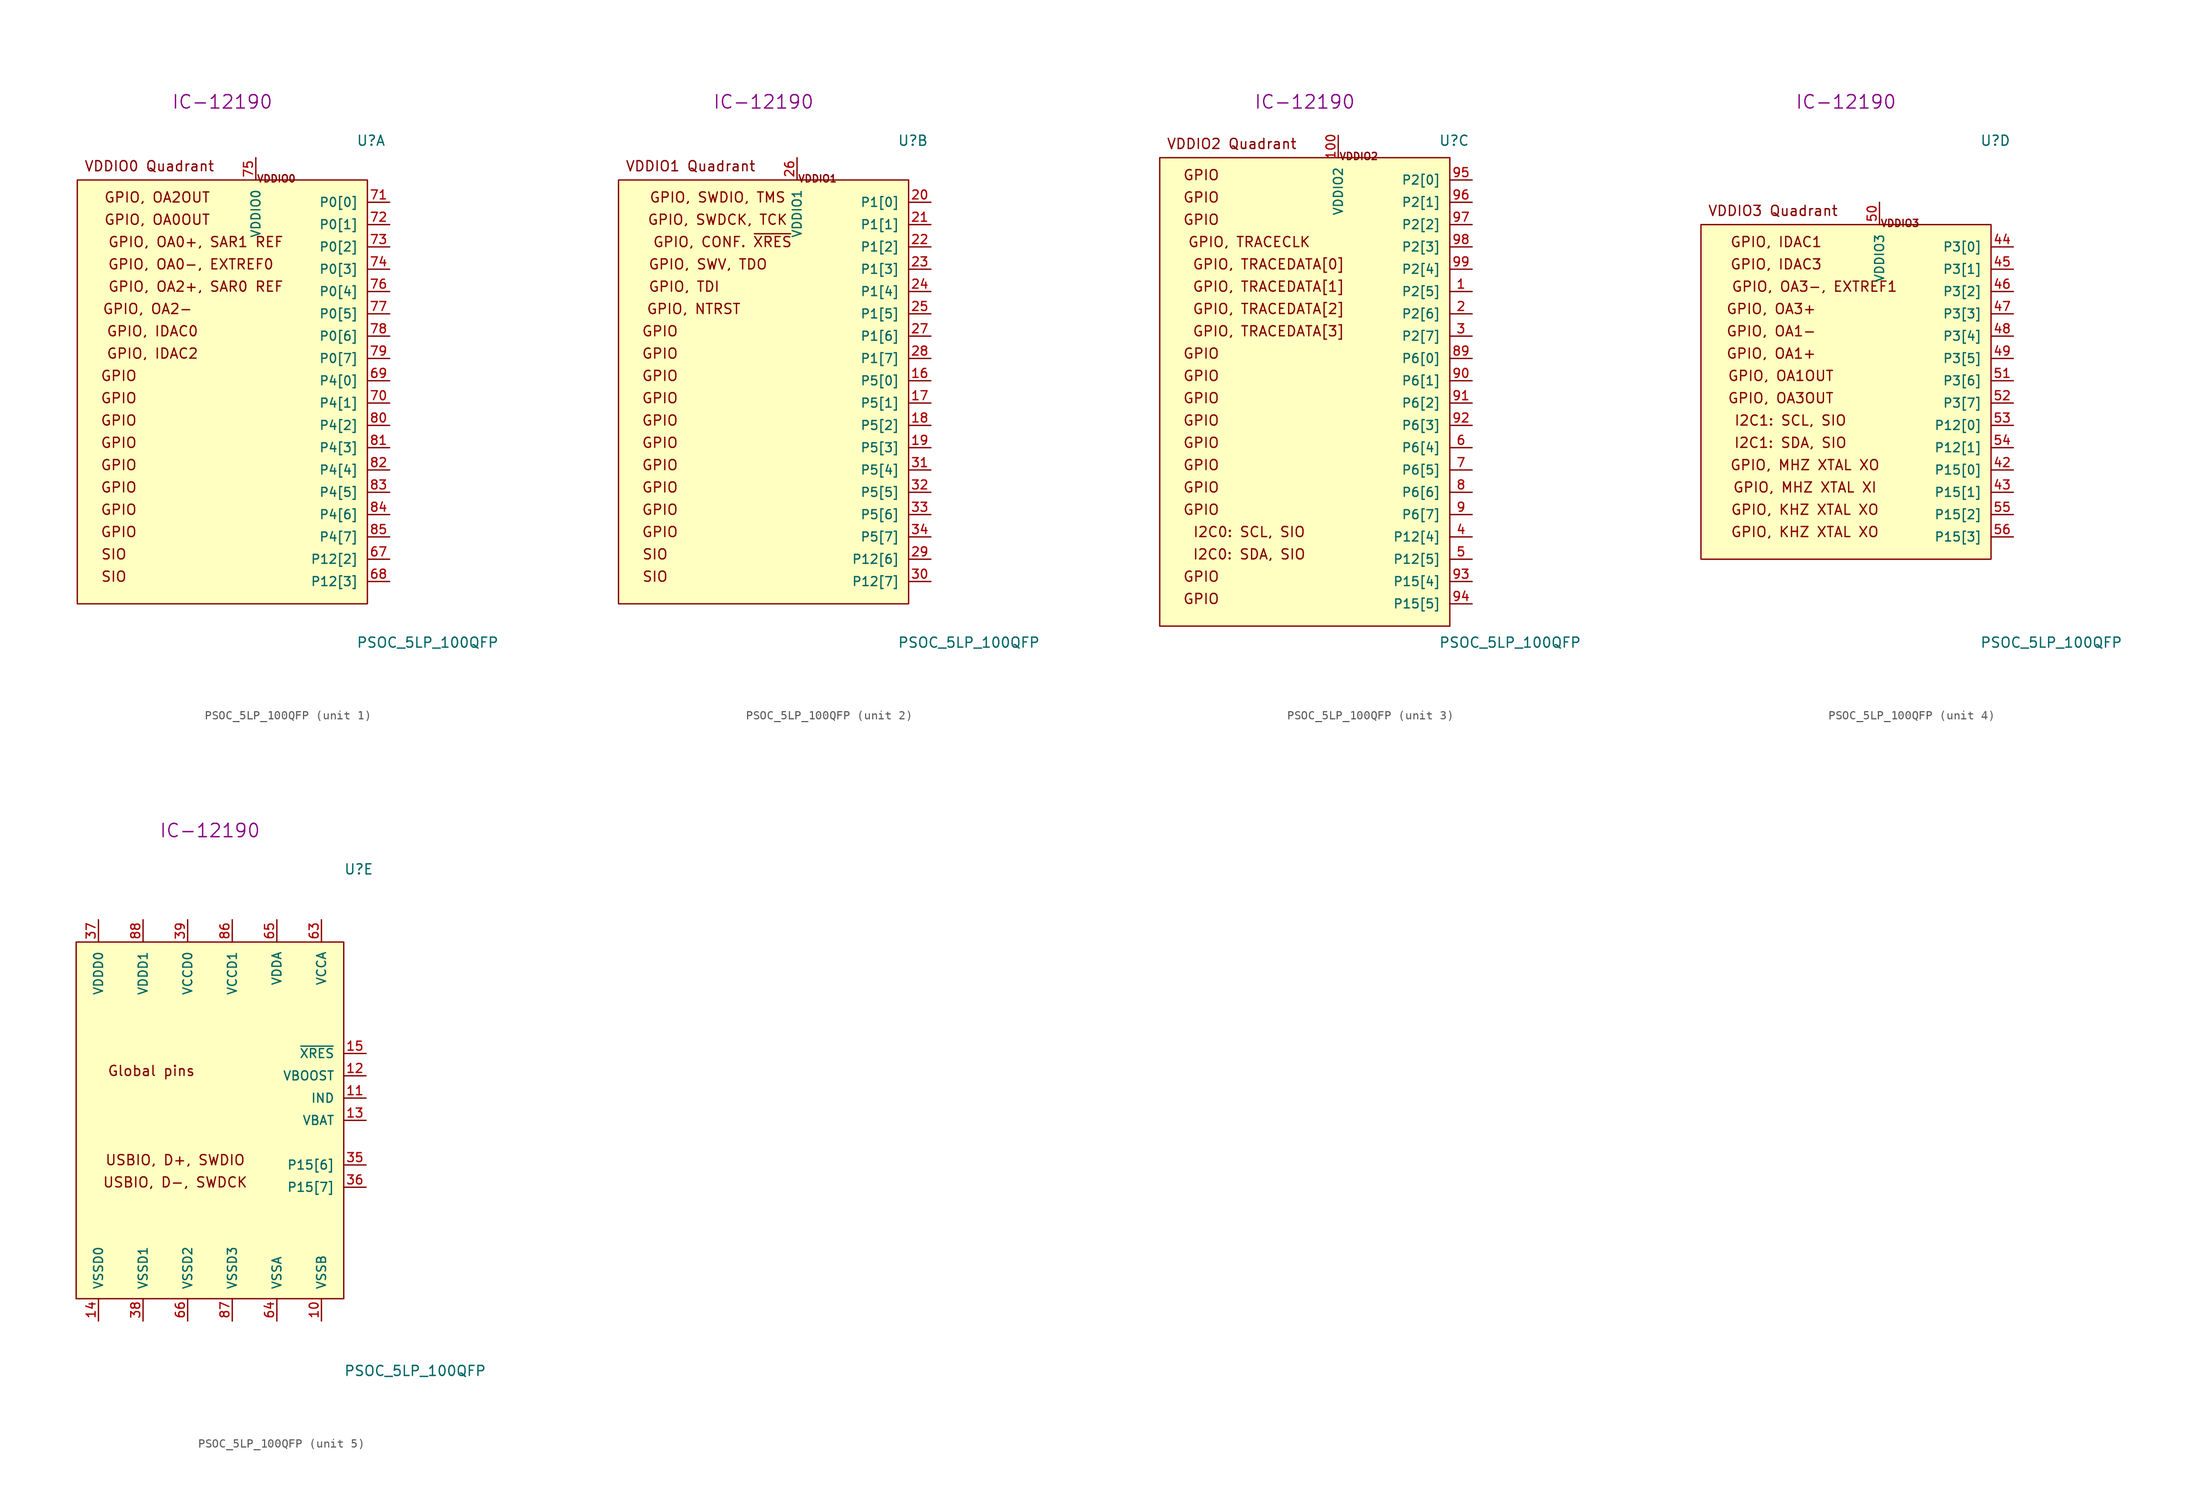
<source format=kicad_sym>
(kicad_symbol_lib
  (version 20220914)
  (generator kicad_symbol_editor)
  (symbol "PSOC_5LP_100QFP"
    (pin_names
      (offset 1.016))
    (property "Reference" "U"
      (at 15.24 27.94 0)
      (effects (font (size 1.143 1.143)) (justify left bottom)))
    (property "Value" "PSOC_5LP_100QFP"
      (at 15.24 -29.21 0)
      (effects (font (size 1.143 1.143)) (justify left bottom)))
    (property "Field4" "IC-12190"
      (at 0 33.02 0)
      (effects (font (size 1.524 1.524))))
    (property "ki_locked" ""
      (at 0 0 0)
      (effects (font (size 1.27 1.27))))
    (symbol "PSOC_5LP_100QFP_1_0"
      (text "GPIO" (at -11.786 -15.951 0) (effects (font (size 1.143 1.143))))
      (text "GPIO" (at -11.786 -13.411 0) (effects (font (size 1.143 1.143))))
      (text "GPIO" (at -11.786 -10.871 0) (effects (font (size 1.143 1.143))))
      (text "GPIO" (at -11.786 -8.331 0) (effects (font (size 1.143 1.143))))
      (text "GPIO" (at -11.786 -5.791 0) (effects (font (size 1.143 1.143))))
      (text "GPIO" (at -11.786 -3.251 0) (effects (font (size 1.143 1.143))))
      (text "GPIO" (at -11.786 -0.711 0) (effects (font (size 1.143 1.143))))
      (text "GPIO" (at -11.786 1.829 0) (effects (font (size 1.143 1.143))))
      (text "GPIO, IDAC0" (at -7.95 6.909 0) (effects (font (size 1.143 1.143))))
      (text "GPIO, IDAC2" (at -7.95 4.369 0) (effects (font (size 1.143 1.143))))
      (text "GPIO, OA0+, SAR1 REF" (at -3.023 17.069 0) (effects (font (size 1.143 1.143))))
      (text "GPIO, OA0-, EXTREF0" (at -3.581 14.529 0) (effects (font (size 1.143 1.143))))
      (text "GPIO, OA0OUT" (at -7.417 19.609 0) (effects (font (size 1.143 1.143))))
      (text "GPIO, OA2+, SAR0 REF" (at -3.023 11.989 0) (effects (font (size 1.143 1.143))))
      (text "GPIO, OA2-" (at -8.509 9.449 0) (effects (font (size 1.143 1.143))))
      (text "GPIO, OA2OUT" (at -7.417 22.149 0) (effects (font (size 1.143 1.143))))
      (text "SIO" (at -12.344 -21.031 0) (effects (font (size 1.143 1.143))))
      (text "SIO" (at -12.344 -18.491 0) (effects (font (size 1.143 1.143))))
      (text "VDDIO0" (at 6.147 24.282 0) (effects (font (size 0.813 0.813))))
      (text "VDDIO0 Quadrant" (at -8.306 25.705 0) (effects (font (size 1.143 1.143)))))
    (symbol "PSOC_5LP_100QFP_1_1"
      (polyline (pts (xy -16.51 -24.13) (xy -16.51 24.13) (xy 16.51 24.13) (xy 16.51 -24.13) (xy -16.51 -24.13)) (stroke (width 0) (type solid)) (fill (type background)))
      (pin bidirectional line (at 19.05 -19.05 180) (length 2.54) (name "P12[2]" (effects (font (size 1.016 1.016)))) (number "67" (effects (font (size 1.016 1.016)))))
      (pin bidirectional line (at 19.05 -21.59 180) (length 2.54) (name "P12[3]" (effects (font (size 1.016 1.016)))) (number "68" (effects (font (size 1.016 1.016)))))
      (pin bidirectional line (at 19.05 1.27 180) (length 2.54) (name "P4[0]" (effects (font (size 1.016 1.016)))) (number "69" (effects (font (size 1.016 1.016)))))
      (pin bidirectional line (at 19.05 -1.27 180) (length 2.54) (name "P4[1]" (effects (font (size 1.016 1.016)))) (number "70" (effects (font (size 1.016 1.016)))))
      (pin bidirectional line (at 19.05 21.59 180) (length 2.54) (name "P0[0]" (effects (font (size 1.016 1.016)))) (number "71" (effects (font (size 1.016 1.016)))))
      (pin bidirectional line (at 19.05 19.05 180) (length 2.54) (name "P0[1]" (effects (font (size 1.016 1.016)))) (number "72" (effects (font (size 1.016 1.016)))))
      (pin bidirectional line (at 19.05 16.51 180) (length 2.54) (name "P0[2]" (effects (font (size 1.016 1.016)))) (number "73" (effects (font (size 1.016 1.016)))))
      (pin bidirectional line (at 19.05 13.97 180) (length 2.54) (name "P0[3]" (effects (font (size 1.016 1.016)))) (number "74" (effects (font (size 1.016 1.016)))))
      (pin bidirectional line (at 3.81 26.67 270) (length 2.54) (name "VDDIO0" (effects (font (size 1.016 1.016)))) (number "75" (effects (font (size 1.016 1.016)))))
      (pin bidirectional line (at 19.05 11.43 180) (length 2.54) (name "P0[4]" (effects (font (size 1.016 1.016)))) (number "76" (effects (font (size 1.016 1.016)))))
      (pin bidirectional line (at 19.05 8.89 180) (length 2.54) (name "P0[5]" (effects (font (size 1.016 1.016)))) (number "77" (effects (font (size 1.016 1.016)))))
      (pin bidirectional line (at 19.05 6.35 180) (length 2.54) (name "P0[6]" (effects (font (size 1.016 1.016)))) (number "78" (effects (font (size 1.016 1.016)))))
      (pin bidirectional line (at 19.05 3.81 180) (length 2.54) (name "P0[7]" (effects (font (size 1.016 1.016)))) (number "79" (effects (font (size 1.016 1.016)))))
      (pin bidirectional line (at 19.05 -3.81 180) (length 2.54) (name "P4[2]" (effects (font (size 1.016 1.016)))) (number "80" (effects (font (size 1.016 1.016)))))
      (pin bidirectional line (at 19.05 -6.35 180) (length 2.54) (name "P4[3]" (effects (font (size 1.016 1.016)))) (number "81" (effects (font (size 1.016 1.016)))))
      (pin bidirectional line (at 19.05 -8.89 180) (length 2.54) (name "P4[4]" (effects (font (size 1.016 1.016)))) (number "82" (effects (font (size 1.016 1.016)))))
      (pin bidirectional line (at 19.05 -11.43 180) (length 2.54) (name "P4[5]" (effects (font (size 1.016 1.016)))) (number "83" (effects (font (size 1.016 1.016)))))
      (pin bidirectional line (at 19.05 -13.97 180) (length 2.54) (name "P4[6]" (effects (font (size 1.016 1.016)))) (number "84" (effects (font (size 1.016 1.016)))))
      (pin bidirectional line (at 19.05 -16.51 180) (length 2.54) (name "P4[7]" (effects (font (size 1.016 1.016)))) (number "85" (effects (font (size 1.016 1.016))))))
    (symbol "PSOC_5LP_100QFP_2_0"
      (text "GPIO" (at -11.786 -15.951 0) (effects (font (size 1.143 1.143))))
      (text "GPIO" (at -11.786 -13.411 0) (effects (font (size 1.143 1.143))))
      (text "GPIO" (at -11.786 -10.871 0) (effects (font (size 1.143 1.143))))
      (text "GPIO" (at -11.786 -8.331 0) (effects (font (size 1.143 1.143))))
      (text "GPIO" (at -11.786 -5.791 0) (effects (font (size 1.143 1.143))))
      (text "GPIO" (at -11.786 -3.251 0) (effects (font (size 1.143 1.143))))
      (text "GPIO" (at -11.786 -0.711 0) (effects (font (size 1.143 1.143))))
      (text "GPIO" (at -11.786 1.829 0) (effects (font (size 1.143 1.143))))
      (text "GPIO" (at -11.786 4.369 0) (effects (font (size 1.143 1.143))))
      (text "GPIO" (at -11.786 6.909 0) (effects (font (size 1.143 1.143))))
      (text "GPIO, CONF. ~{XRES}" (at -4.674 17.069 0) (effects (font (size 1.143 1.143))))
      (text "GPIO, NTRST" (at -7.95 9.449 0) (effects (font (size 1.143 1.143))))
      (text "GPIO, SWDCK, TCK" (at -5.232 19.609 0) (effects (font (size 1.143 1.143))))
      (text "GPIO, SWDIO, TMS" (at -5.232 22.149 0) (effects (font (size 1.143 1.143))))
      (text "GPIO, SWV, TDO" (at -6.325 14.529 0) (effects (font (size 1.143 1.143))))
      (text "GPIO, TDI" (at -9.042 11.989 0) (effects (font (size 1.143 1.143))))
      (text "SIO" (at -12.344 -21.031 0) (effects (font (size 1.143 1.143))))
      (text "SIO" (at -12.344 -18.491 0) (effects (font (size 1.143 1.143))))
      (text "VDDIO1" (at 6.147 24.282 0) (effects (font (size 0.813 0.813))))
      (text "VDDIO1 Quadrant" (at -8.306 25.705 0) (effects (font (size 1.143 1.143)))))
    (symbol "PSOC_5LP_100QFP_2_1"
      (polyline (pts (xy -16.51 -24.13) (xy -16.51 24.13) (xy 16.51 24.13) (xy 16.51 -24.13) (xy -16.51 -24.13)) (stroke (width 0) (type solid)) (fill (type background)))
      (pin bidirectional line (at 19.05 1.27 180) (length 2.54) (name "P5[0]" (effects (font (size 1.016 1.016)))) (number "16" (effects (font (size 1.016 1.016)))))
      (pin bidirectional line (at 19.05 -1.27 180) (length 2.54) (name "P5[1]" (effects (font (size 1.016 1.016)))) (number "17" (effects (font (size 1.016 1.016)))))
      (pin bidirectional line (at 19.05 -3.81 180) (length 2.54) (name "P5[2]" (effects (font (size 1.016 1.016)))) (number "18" (effects (font (size 1.016 1.016)))))
      (pin bidirectional line (at 19.05 -6.35 180) (length 2.54) (name "P5[3]" (effects (font (size 1.016 1.016)))) (number "19" (effects (font (size 1.016 1.016)))))
      (pin bidirectional line (at 19.05 21.59 180) (length 2.54) (name "P1[0]" (effects (font (size 1.016 1.016)))) (number "20" (effects (font (size 1.016 1.016)))))
      (pin bidirectional line (at 19.05 19.05 180) (length 2.54) (name "P1[1]" (effects (font (size 1.016 1.016)))) (number "21" (effects (font (size 1.016 1.016)))))
      (pin bidirectional line (at 19.05 16.51 180) (length 2.54) (name "P1[2]" (effects (font (size 1.016 1.016)))) (number "22" (effects (font (size 1.016 1.016)))))
      (pin bidirectional line (at 19.05 13.97 180) (length 2.54) (name "P1[3]" (effects (font (size 1.016 1.016)))) (number "23" (effects (font (size 1.016 1.016)))))
      (pin bidirectional line (at 19.05 11.43 180) (length 2.54) (name "P1[4]" (effects (font (size 1.016 1.016)))) (number "24" (effects (font (size 1.016 1.016)))))
      (pin bidirectional line (at 19.05 8.89 180) (length 2.54) (name "P1[5]" (effects (font (size 1.016 1.016)))) (number "25" (effects (font (size 1.016 1.016)))))
      (pin bidirectional line (at 3.81 26.67 270) (length 2.54) (name "VDDIO1" (effects (font (size 1.016 1.016)))) (number "26" (effects (font (size 1.016 1.016)))))
      (pin bidirectional line (at 19.05 6.35 180) (length 2.54) (name "P1[6]" (effects (font (size 1.016 1.016)))) (number "27" (effects (font (size 1.016 1.016)))))
      (pin bidirectional line (at 19.05 3.81 180) (length 2.54) (name "P1[7]" (effects (font (size 1.016 1.016)))) (number "28" (effects (font (size 1.016 1.016)))))
      (pin bidirectional line (at 19.05 -19.05 180) (length 2.54) (name "P12[6]" (effects (font (size 1.016 1.016)))) (number "29" (effects (font (size 1.016 1.016)))))
      (pin bidirectional line (at 19.05 -21.59 180) (length 2.54) (name "P12[7]" (effects (font (size 1.016 1.016)))) (number "30" (effects (font (size 1.016 1.016)))))
      (pin bidirectional line (at 19.05 -8.89 180) (length 2.54) (name "P5[4]" (effects (font (size 1.016 1.016)))) (number "31" (effects (font (size 1.016 1.016)))))
      (pin bidirectional line (at 19.05 -11.43 180) (length 2.54) (name "P5[5]" (effects (font (size 1.016 1.016)))) (number "32" (effects (font (size 1.016 1.016)))))
      (pin bidirectional line (at 19.05 -13.97 180) (length 2.54) (name "P5[6]" (effects (font (size 1.016 1.016)))) (number "33" (effects (font (size 1.016 1.016)))))
      (pin bidirectional line (at 19.05 -16.51 180) (length 2.54) (name "P5[7]" (effects (font (size 1.016 1.016)))) (number "34" (effects (font (size 1.016 1.016))))))
    (symbol "PSOC_5LP_100QFP_3_0"
      (text "GPIO" (at -11.786 -23.571 0) (effects (font (size 1.143 1.143))))
      (text "GPIO" (at -11.786 -21.031 0) (effects (font (size 1.143 1.143))))
      (text "GPIO" (at -11.786 -13.411 0) (effects (font (size 1.143 1.143))))
      (text "GPIO" (at -11.786 -10.871 0) (effects (font (size 1.143 1.143))))
      (text "GPIO" (at -11.786 -8.331 0) (effects (font (size 1.143 1.143))))
      (text "GPIO" (at -11.786 -5.791 0) (effects (font (size 1.143 1.143))))
      (text "GPIO" (at -11.786 -3.251 0) (effects (font (size 1.143 1.143))))
      (text "GPIO" (at -11.786 -0.711 0) (effects (font (size 1.143 1.143))))
      (text "GPIO" (at -11.786 1.829 0) (effects (font (size 1.143 1.143))))
      (text "GPIO" (at -11.786 4.369 0) (effects (font (size 1.143 1.143))))
      (text "GPIO" (at -11.786 19.609 0) (effects (font (size 1.143 1.143))))
      (text "GPIO" (at -11.786 22.149 0) (effects (font (size 1.143 1.143))))
      (text "GPIO" (at -11.786 24.689 0) (effects (font (size 1.143 1.143))))
      (text "GPIO, TRACECLK" (at -6.325 17.069 0) (effects (font (size 1.143 1.143))))
      (text "GPIO, TRACEDATA[0]" (at -4.115 14.529 0) (effects (font (size 1.143 1.143))))
      (text "GPIO, TRACEDATA[1]" (at -4.115 11.989 0) (effects (font (size 1.143 1.143))))
      (text "GPIO, TRACEDATA[2]" (at -4.115 9.449 0) (effects (font (size 1.143 1.143))))
      (text "GPIO, TRACEDATA[3]" (at -4.115 6.909 0) (effects (font (size 1.143 1.143))))
      (text "I2C0: SCL, SIO" (at -6.325 -15.951 0) (effects (font (size 1.143 1.143))))
      (text "I2C0: SDA, SIO" (at -6.325 -18.491 0) (effects (font (size 1.143 1.143))))
      (text "VDDIO2" (at 6.147 26.822 0) (effects (font (size 0.813 0.813))))
      (text "VDDIO2 Quadrant" (at -8.306 28.245 0) (effects (font (size 1.143 1.143)))))
    (symbol "PSOC_5LP_100QFP_3_1"
      (polyline (pts (xy -16.51 -26.67) (xy -16.51 26.67) (xy 16.51 26.67) (xy 16.51 -26.67) (xy -16.51 -26.67)) (stroke (width 0) (type solid)) (fill (type background)))
      (pin bidirectional line (at 19.05 11.43 180) (length 2.54) (name "P2[5]" (effects (font (size 1.016 1.016)))) (number "1" (effects (font (size 1.016 1.016)))))
      (pin bidirectional line (at 3.81 29.21 270) (length 2.54) (name "VDDIO2" (effects (font (size 1.016 1.016)))) (number "100" (effects (font (size 1.016 1.016)))))
      (pin bidirectional line (at 19.05 8.89 180) (length 2.54) (name "P2[6]" (effects (font (size 1.016 1.016)))) (number "2" (effects (font (size 1.016 1.016)))))
      (pin bidirectional line (at 19.05 6.35 180) (length 2.54) (name "P2[7]" (effects (font (size 1.016 1.016)))) (number "3" (effects (font (size 1.016 1.016)))))
      (pin bidirectional line (at 19.05 -16.51 180) (length 2.54) (name "P12[4]" (effects (font (size 1.016 1.016)))) (number "4" (effects (font (size 1.016 1.016)))))
      (pin bidirectional line (at 19.05 -19.05 180) (length 2.54) (name "P12[5]" (effects (font (size 1.016 1.016)))) (number "5" (effects (font (size 1.016 1.016)))))
      (pin bidirectional line (at 19.05 -6.35 180) (length 2.54) (name "P6[4]" (effects (font (size 1.016 1.016)))) (number "6" (effects (font (size 1.016 1.016)))))
      (pin bidirectional line (at 19.05 -8.89 180) (length 2.54) (name "P6[5]" (effects (font (size 1.016 1.016)))) (number "7" (effects (font (size 1.016 1.016)))))
      (pin bidirectional line (at 19.05 -11.43 180) (length 2.54) (name "P6[6]" (effects (font (size 1.016 1.016)))) (number "8" (effects (font (size 1.016 1.016)))))
      (pin bidirectional line (at 19.05 3.81 180) (length 2.54) (name "P6[0]" (effects (font (size 1.016 1.016)))) (number "89" (effects (font (size 1.016 1.016)))))
      (pin bidirectional line (at 19.05 -13.97 180) (length 2.54) (name "P6[7]" (effects (font (size 1.016 1.016)))) (number "9" (effects (font (size 1.016 1.016)))))
      (pin bidirectional line (at 19.05 1.27 180) (length 2.54) (name "P6[1]" (effects (font (size 1.016 1.016)))) (number "90" (effects (font (size 1.016 1.016)))))
      (pin bidirectional line (at 19.05 -1.27 180) (length 2.54) (name "P6[2]" (effects (font (size 1.016 1.016)))) (number "91" (effects (font (size 1.016 1.016)))))
      (pin bidirectional line (at 19.05 -3.81 180) (length 2.54) (name "P6[3]" (effects (font (size 1.016 1.016)))) (number "92" (effects (font (size 1.016 1.016)))))
      (pin bidirectional line (at 19.05 -21.59 180) (length 2.54) (name "P15[4]" (effects (font (size 1.016 1.016)))) (number "93" (effects (font (size 1.016 1.016)))))
      (pin bidirectional line (at 19.05 -24.13 180) (length 2.54) (name "P15[5]" (effects (font (size 1.016 1.016)))) (number "94" (effects (font (size 1.016 1.016)))))
      (pin bidirectional line (at 19.05 24.13 180) (length 2.54) (name "P2[0]" (effects (font (size 1.016 1.016)))) (number "95" (effects (font (size 1.016 1.016)))))
      (pin bidirectional line (at 19.05 21.59 180) (length 2.54) (name "P2[1]" (effects (font (size 1.016 1.016)))) (number "96" (effects (font (size 1.016 1.016)))))
      (pin bidirectional line (at 19.05 19.05 180) (length 2.54) (name "P2[2]" (effects (font (size 1.016 1.016)))) (number "97" (effects (font (size 1.016 1.016)))))
      (pin bidirectional line (at 19.05 16.51 180) (length 2.54) (name "P2[3]" (effects (font (size 1.016 1.016)))) (number "98" (effects (font (size 1.016 1.016)))))
      (pin bidirectional line (at 19.05 13.97 180) (length 2.54) (name "P2[4]" (effects (font (size 1.016 1.016)))) (number "99" (effects (font (size 1.016 1.016))))))
    (symbol "PSOC_5LP_100QFP_4_0"
      (text "GPIO, IDAC1" (at -7.95 17.069 0) (effects (font (size 1.143 1.143))))
      (text "GPIO, IDAC3" (at -7.95 14.529 0) (effects (font (size 1.143 1.143))))
      (text "GPIO, KHZ XTAL XO" (at -4.674 -15.951 0) (effects (font (size 1.143 1.143))))
      (text "GPIO, KHZ XTAL XO" (at -4.674 -13.411 0) (effects (font (size 1.143 1.143))))
      (text "GPIO, MHZ XTAL XI" (at -4.674 -10.871 0) (effects (font (size 1.143 1.143))))
      (text "GPIO, MHZ XTAL XO" (at -4.674 -8.331 0) (effects (font (size 1.143 1.143))))
      (text "GPIO, OA1+" (at -8.509 4.369 0) (effects (font (size 1.143 1.143))))
      (text "GPIO, OA1-" (at -8.509 6.909 0) (effects (font (size 1.143 1.143))))
      (text "GPIO, OA1OUT" (at -7.417 1.829 0) (effects (font (size 1.143 1.143))))
      (text "GPIO, OA3+" (at -8.509 9.449 0) (effects (font (size 1.143 1.143))))
      (text "GPIO, OA3-, EXTREF1" (at -3.581 11.989 0) (effects (font (size 1.143 1.143))))
      (text "GPIO, OA3OUT" (at -7.417 -0.711 0) (effects (font (size 1.143 1.143))))
      (text "I2C1: SCL, SIO" (at -6.325 -3.251 0) (effects (font (size 1.143 1.143))))
      (text "I2C1: SDA, SIO" (at -6.325 -5.791 0) (effects (font (size 1.143 1.143))))
      (text "VDDIO3" (at 6.147 19.202 0) (effects (font (size 0.813 0.813))))
      (text "VDDIO3 Quadrant" (at -8.306 20.625 0) (effects (font (size 1.143 1.143)))))
    (symbol "PSOC_5LP_100QFP_4_1"
      (polyline (pts (xy -16.51 -19.05) (xy -16.51 19.05) (xy 16.51 19.05) (xy 16.51 -19.05) (xy -16.51 -19.05)) (stroke (width 0) (type solid)) (fill (type background)))
      (pin bidirectional line (at 19.05 -8.89 180) (length 2.54) (name "P15[0]" (effects (font (size 1.016 1.016)))) (number "42" (effects (font (size 1.016 1.016)))))
      (pin bidirectional line (at 19.05 -11.43 180) (length 2.54) (name "P15[1]" (effects (font (size 1.016 1.016)))) (number "43" (effects (font (size 1.016 1.016)))))
      (pin bidirectional line (at 19.05 16.51 180) (length 2.54) (name "P3[0]" (effects (font (size 1.016 1.016)))) (number "44" (effects (font (size 1.016 1.016)))))
      (pin bidirectional line (at 19.05 13.97 180) (length 2.54) (name "P3[1]" (effects (font (size 1.016 1.016)))) (number "45" (effects (font (size 1.016 1.016)))))
      (pin bidirectional line (at 19.05 11.43 180) (length 2.54) (name "P3[2]" (effects (font (size 1.016 1.016)))) (number "46" (effects (font (size 1.016 1.016)))))
      (pin bidirectional line (at 19.05 8.89 180) (length 2.54) (name "P3[3]" (effects (font (size 1.016 1.016)))) (number "47" (effects (font (size 1.016 1.016)))))
      (pin bidirectional line (at 19.05 6.35 180) (length 2.54) (name "P3[4]" (effects (font (size 1.016 1.016)))) (number "48" (effects (font (size 1.016 1.016)))))
      (pin bidirectional line (at 19.05 3.81 180) (length 2.54) (name "P3[5]" (effects (font (size 1.016 1.016)))) (number "49" (effects (font (size 1.016 1.016)))))
      (pin bidirectional line (at 3.81 21.59 270) (length 2.54) (name "VDDIO3" (effects (font (size 1.016 1.016)))) (number "50" (effects (font (size 1.016 1.016)))))
      (pin bidirectional line (at 19.05 1.27 180) (length 2.54) (name "P3[6]" (effects (font (size 1.016 1.016)))) (number "51" (effects (font (size 1.016 1.016)))))
      (pin bidirectional line (at 19.05 -1.27 180) (length 2.54) (name "P3[7]" (effects (font (size 1.016 1.016)))) (number "52" (effects (font (size 1.016 1.016)))))
      (pin bidirectional line (at 19.05 -3.81 180) (length 2.54) (name "P12[0]" (effects (font (size 1.016 1.016)))) (number "53" (effects (font (size 1.016 1.016)))))
      (pin bidirectional line (at 19.05 -6.35 180) (length 2.54) (name "P12[1]" (effects (font (size 1.016 1.016)))) (number "54" (effects (font (size 1.016 1.016)))))
      (pin bidirectional line (at 19.05 -13.97 180) (length 2.54) (name "P15[2]" (effects (font (size 1.016 1.016)))) (number "55" (effects (font (size 1.016 1.016)))))
      (pin bidirectional line (at 19.05 -16.51 180) (length 2.54) (name "P15[3]" (effects (font (size 1.016 1.016)))) (number "56" (effects (font (size 1.016 1.016))))))
    (symbol "PSOC_5LP_100QFP_5_0"
      (text "Global pins" (at -6.68 5.639 0) (effects (font (size 1.143 1.143))))
      (text "USBIO, D+, SWDIO" (at -3.962 -4.521 0) (effects (font (size 1.143 1.143))))
      (text "USBIO, D-, SWDCK" (at -3.962 -7.061 0) (effects (font (size 1.143 1.143)))))
    (symbol "PSOC_5LP_100QFP_5_1"
      (polyline (pts (xy -15.24 -20.32) (xy -15.24 20.32) (xy 15.24 20.32) (xy 15.24 -20.32) (xy -15.24 -20.32)) (stroke (width 0) (type solid)) (fill (type background)))
      (pin bidirectional line (at 12.7 -22.86 90) (length 2.54) (name "VSSB" (effects (font (size 1.016 1.016)))) (number "10" (effects (font (size 1.016 1.016)))))
      (pin bidirectional line (at 17.78 2.54 180) (length 2.54) (name "IND" (effects (font (size 1.016 1.016)))) (number "11" (effects (font (size 1.016 1.016)))))
      (pin bidirectional line (at 17.78 5.08 180) (length 2.54) (name "VBOOST" (effects (font (size 1.016 1.016)))) (number "12" (effects (font (size 1.016 1.016)))))
      (pin bidirectional line (at 17.78 0 180) (length 2.54) (name "VBAT" (effects (font (size 1.016 1.016)))) (number "13" (effects (font (size 1.016 1.016)))))
      (pin bidirectional line (at -12.7 -22.86 90) (length 2.54) (name "VSSD0" (effects (font (size 1.016 1.016)))) (number "14" (effects (font (size 1.016 1.016)))))
      (pin bidirectional line (at 17.78 7.62 180) (length 2.54) (name "~{XRES}" (effects (font (size 1.016 1.016)))) (number "15" (effects (font (size 1.016 1.016)))))
      (pin bidirectional line (at 17.78 -5.08 180) (length 2.54) (name "P15[6]" (effects (font (size 1.016 1.016)))) (number "35" (effects (font (size 1.016 1.016)))))
      (pin bidirectional line (at 17.78 -7.62 180) (length 2.54) (name "P15[7]" (effects (font (size 1.016 1.016)))) (number "36" (effects (font (size 1.016 1.016)))))
      (pin bidirectional line (at -12.7 22.86 270) (length 2.54) (name "VDDD0" (effects (font (size 1.016 1.016)))) (number "37" (effects (font (size 1.016 1.016)))))
      (pin bidirectional line (at -7.62 -22.86 90) (length 2.54) (name "VSSD1" (effects (font (size 1.016 1.016)))) (number "38" (effects (font (size 1.016 1.016)))))
      (pin bidirectional line (at -2.54 22.86 270) (length 2.54) (name "VCCD0" (effects (font (size 1.016 1.016)))) (number "39" (effects (font (size 1.016 1.016)))))
      (pin bidirectional line (at 12.7 22.86 270) (length 2.54) (name "VCCA" (effects (font (size 1.016 1.016)))) (number "63" (effects (font (size 1.016 1.016)))))
      (pin bidirectional line (at 7.62 -22.86 90) (length 2.54) (name "VSSA" (effects (font (size 1.016 1.016)))) (number "64" (effects (font (size 1.016 1.016)))))
      (pin bidirectional line (at 7.62 22.86 270) (length 2.54) (name "VDDA" (effects (font (size 1.016 1.016)))) (number "65" (effects (font (size 1.016 1.016)))))
      (pin bidirectional line (at -2.54 -22.86 90) (length 2.54) (name "VSSD2" (effects (font (size 1.016 1.016)))) (number "66" (effects (font (size 1.016 1.016)))))
      (pin bidirectional line (at 2.54 22.86 270) (length 2.54) (name "VCCD1" (effects (font (size 1.016 1.016)))) (number "86" (effects (font (size 1.016 1.016)))))
      (pin bidirectional line (at 2.54 -22.86 90) (length 2.54) (name "VSSD3" (effects (font (size 1.016 1.016)))) (number "87" (effects (font (size 1.016 1.016)))))
      (pin bidirectional line (at -7.62 22.86 270) (length 2.54) (name "VDDD1" (effects (font (size 1.016 1.016)))) (number "88" (effects (font (size 1.016 1.016))))))))
</source>
